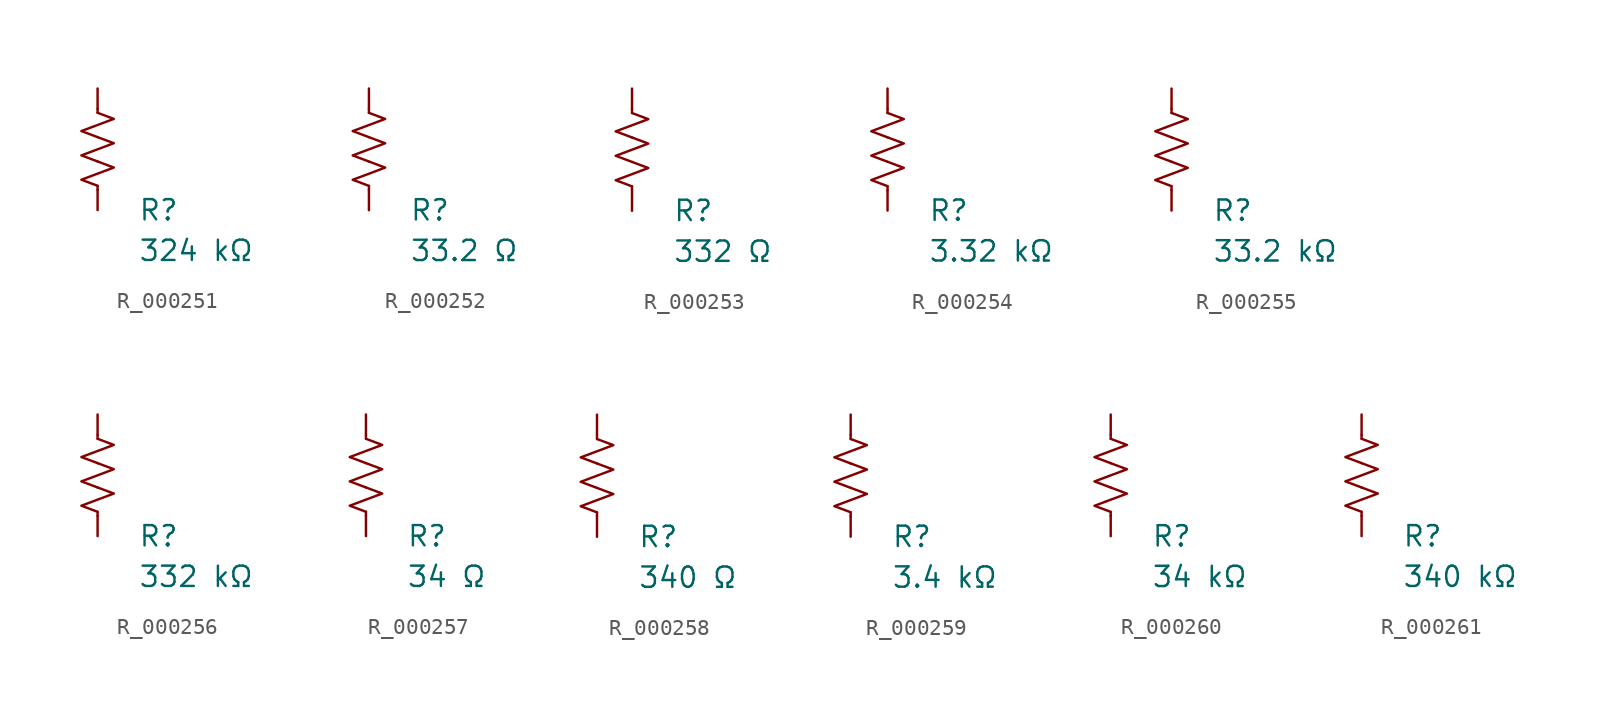
<source format=kicad_sym>
(kicad_symbol_lib
  (version 20231120)
  (generator "kicad_symbol_editor")
  (generator_version "8.0")
  (symbol "R_000251"
    (pin_numbers hide)
    (pin_names
      (offset 0))
    (property "Reference" "R"
      (at 2.54 -3.81 0)
      (effects (font (size 1.27 1.27)) (justify left))
      (show_name no))
    (property "Value" "324 kΩ"
      (at 2.54 -6.35 0)
      (effects (font (size 1.27 1.27)) (justify left))
      (show_name no))
    (symbol "R_000251_0_1"
      (polyline (pts (xy 0 -2.286) (xy 0 -2.54)) (stroke (width 0) (type default)) (fill (type none)))
      (polyline (pts (xy 0 2.286) (xy 0 2.54)) (stroke (width 0) (type default)) (fill (type none)))
      (polyline (pts (xy 0 -0.762) (xy 1.016 -1.143) (xy 0 -1.524) (xy -1.016 -1.905) (xy 0 -2.286)) (stroke (width 0) (type default)) (fill (type none)))
      (polyline (pts (xy 0 0.762) (xy 1.016 0.381) (xy 0 0) (xy -1.016 -0.381) (xy 0 -0.762)) (stroke (width 0) (type default)) (fill (type none)))
      (polyline (pts (xy 0 2.286) (xy 1.016 1.905) (xy 0 1.524) (xy -1.016 1.143) (xy 0 0.762)) (stroke (width 0) (type default)) (fill (type none))))
    (symbol "R_000251_1_1"
      (pin passive line (at 0 3.81 270) (length 1.27) (name "~" (effects (font (size 1.27 1.27)))) (number "1" (effects (font (size 1.27 1.27)))))
      (pin passive line (at 0 -3.81 90) (length 1.27) (name "~" (effects (font (size 1.27 1.27)))) (number "2" (effects (font (size 1.27 1.27)))))))
  (symbol "R_000252"
    (pin_numbers hide)
    (pin_names
      (offset 0))
    (property "Reference" "R"
      (at 2.54 -3.81 0)
      (effects (font (size 1.27 1.27)) (justify left))
      (show_name no))
    (property "Value" "33.2 Ω"
      (at 2.54 -6.35 0)
      (effects (font (size 1.27 1.27)) (justify left))
      (show_name no))
    (symbol "R_000252_0_1"
      (polyline (pts (xy 0 -2.286) (xy 0 -2.54)) (stroke (width 0) (type default)) (fill (type none)))
      (polyline (pts (xy 0 2.286) (xy 0 2.54)) (stroke (width 0) (type default)) (fill (type none)))
      (polyline (pts (xy 0 -0.762) (xy 1.016 -1.143) (xy 0 -1.524) (xy -1.016 -1.905) (xy 0 -2.286)) (stroke (width 0) (type default)) (fill (type none)))
      (polyline (pts (xy 0 0.762) (xy 1.016 0.381) (xy 0 0) (xy -1.016 -0.381) (xy 0 -0.762)) (stroke (width 0) (type default)) (fill (type none)))
      (polyline (pts (xy 0 2.286) (xy 1.016 1.905) (xy 0 1.524) (xy -1.016 1.143) (xy 0 0.762)) (stroke (width 0) (type default)) (fill (type none))))
    (symbol "R_000252_1_1"
      (pin passive line (at 0 3.81 270) (length 1.27) (name "~" (effects (font (size 1.27 1.27)))) (number "1" (effects (font (size 1.27 1.27)))))
      (pin passive line (at 0 -3.81 90) (length 1.27) (name "~" (effects (font (size 1.27 1.27)))) (number "2" (effects (font (size 1.27 1.27)))))))
  (symbol "R_000253"
    (pin_numbers hide)
    (pin_names
      (offset 0))
    (property "Reference" "R"
      (at 2.54 -3.81 0)
      (effects (font (size 1.27 1.27)) (justify left))
      (show_name no))
    (property "Value" "332 Ω"
      (at 2.54 -6.35 0)
      (effects (font (size 1.27 1.27)) (justify left))
      (show_name no))
    (symbol "R_000253_0_1"
      (polyline (pts (xy 0 -2.286) (xy 0 -2.54)) (stroke (width 0) (type default)) (fill (type none)))
      (polyline (pts (xy 0 2.286) (xy 0 2.54)) (stroke (width 0) (type default)) (fill (type none)))
      (polyline (pts (xy 0 -0.762) (xy 1.016 -1.143) (xy 0 -1.524) (xy -1.016 -1.905) (xy 0 -2.286)) (stroke (width 0) (type default)) (fill (type none)))
      (polyline (pts (xy 0 0.762) (xy 1.016 0.381) (xy 0 0) (xy -1.016 -0.381) (xy 0 -0.762)) (stroke (width 0) (type default)) (fill (type none)))
      (polyline (pts (xy 0 2.286) (xy 1.016 1.905) (xy 0 1.524) (xy -1.016 1.143) (xy 0 0.762)) (stroke (width 0) (type default)) (fill (type none))))
    (symbol "R_000253_1_1"
      (pin passive line (at 0 3.81 270) (length 1.27) (name "~" (effects (font (size 1.27 1.27)))) (number "1" (effects (font (size 1.27 1.27)))))
      (pin passive line (at 0 -3.81 90) (length 1.27) (name "~" (effects (font (size 1.27 1.27)))) (number "2" (effects (font (size 1.27 1.27)))))))
  (symbol "R_000254"
    (pin_numbers hide)
    (pin_names
      (offset 0))
    (property "Reference" "R"
      (at 2.54 -3.81 0)
      (effects (font (size 1.27 1.27)) (justify left))
      (show_name no))
    (property "Value" "3.32 kΩ"
      (at 2.54 -6.35 0)
      (effects (font (size 1.27 1.27)) (justify left))
      (show_name no))
    (symbol "R_000254_0_1"
      (polyline (pts (xy 0 -2.286) (xy 0 -2.54)) (stroke (width 0) (type default)) (fill (type none)))
      (polyline (pts (xy 0 2.286) (xy 0 2.54)) (stroke (width 0) (type default)) (fill (type none)))
      (polyline (pts (xy 0 -0.762) (xy 1.016 -1.143) (xy 0 -1.524) (xy -1.016 -1.905) (xy 0 -2.286)) (stroke (width 0) (type default)) (fill (type none)))
      (polyline (pts (xy 0 0.762) (xy 1.016 0.381) (xy 0 0) (xy -1.016 -0.381) (xy 0 -0.762)) (stroke (width 0) (type default)) (fill (type none)))
      (polyline (pts (xy 0 2.286) (xy 1.016 1.905) (xy 0 1.524) (xy -1.016 1.143) (xy 0 0.762)) (stroke (width 0) (type default)) (fill (type none))))
    (symbol "R_000254_1_1"
      (pin passive line (at 0 3.81 270) (length 1.27) (name "~" (effects (font (size 1.27 1.27)))) (number "1" (effects (font (size 1.27 1.27)))))
      (pin passive line (at 0 -3.81 90) (length 1.27) (name "~" (effects (font (size 1.27 1.27)))) (number "2" (effects (font (size 1.27 1.27)))))))
  (symbol "R_000255"
    (pin_numbers hide)
    (pin_names
      (offset 0))
    (property "Reference" "R"
      (at 2.54 -3.81 0)
      (effects (font (size 1.27 1.27)) (justify left))
      (show_name no))
    (property "Value" "33.2 kΩ"
      (at 2.54 -6.35 0)
      (effects (font (size 1.27 1.27)) (justify left))
      (show_name no))
    (symbol "R_000255_0_1"
      (polyline (pts (xy 0 -2.286) (xy 0 -2.54)) (stroke (width 0) (type default)) (fill (type none)))
      (polyline (pts (xy 0 2.286) (xy 0 2.54)) (stroke (width 0) (type default)) (fill (type none)))
      (polyline (pts (xy 0 -0.762) (xy 1.016 -1.143) (xy 0 -1.524) (xy -1.016 -1.905) (xy 0 -2.286)) (stroke (width 0) (type default)) (fill (type none)))
      (polyline (pts (xy 0 0.762) (xy 1.016 0.381) (xy 0 0) (xy -1.016 -0.381) (xy 0 -0.762)) (stroke (width 0) (type default)) (fill (type none)))
      (polyline (pts (xy 0 2.286) (xy 1.016 1.905) (xy 0 1.524) (xy -1.016 1.143) (xy 0 0.762)) (stroke (width 0) (type default)) (fill (type none))))
    (symbol "R_000255_1_1"
      (pin passive line (at 0 3.81 270) (length 1.27) (name "~" (effects (font (size 1.27 1.27)))) (number "1" (effects (font (size 1.27 1.27)))))
      (pin passive line (at 0 -3.81 90) (length 1.27) (name "~" (effects (font (size 1.27 1.27)))) (number "2" (effects (font (size 1.27 1.27)))))))
  (symbol "R_000256"
    (pin_numbers hide)
    (pin_names
      (offset 0))
    (property "Reference" "R"
      (at 2.54 -3.81 0)
      (effects (font (size 1.27 1.27)) (justify left))
      (show_name no))
    (property "Value" "332 kΩ"
      (at 2.54 -6.35 0)
      (effects (font (size 1.27 1.27)) (justify left))
      (show_name no))
    (symbol "R_000256_0_1"
      (polyline (pts (xy 0 -2.286) (xy 0 -2.54)) (stroke (width 0) (type default)) (fill (type none)))
      (polyline (pts (xy 0 2.286) (xy 0 2.54)) (stroke (width 0) (type default)) (fill (type none)))
      (polyline (pts (xy 0 -0.762) (xy 1.016 -1.143) (xy 0 -1.524) (xy -1.016 -1.905) (xy 0 -2.286)) (stroke (width 0) (type default)) (fill (type none)))
      (polyline (pts (xy 0 0.762) (xy 1.016 0.381) (xy 0 0) (xy -1.016 -0.381) (xy 0 -0.762)) (stroke (width 0) (type default)) (fill (type none)))
      (polyline (pts (xy 0 2.286) (xy 1.016 1.905) (xy 0 1.524) (xy -1.016 1.143) (xy 0 0.762)) (stroke (width 0) (type default)) (fill (type none))))
    (symbol "R_000256_1_1"
      (pin passive line (at 0 3.81 270) (length 1.27) (name "~" (effects (font (size 1.27 1.27)))) (number "1" (effects (font (size 1.27 1.27)))))
      (pin passive line (at 0 -3.81 90) (length 1.27) (name "~" (effects (font (size 1.27 1.27)))) (number "2" (effects (font (size 1.27 1.27)))))))
  (symbol "R_000257"
    (pin_numbers hide)
    (pin_names
      (offset 0))
    (property "Reference" "R"
      (at 2.54 -3.81 0)
      (effects (font (size 1.27 1.27)) (justify left))
      (show_name no))
    (property "Value" "34 Ω"
      (at 2.54 -6.35 0)
      (effects (font (size 1.27 1.27)) (justify left))
      (show_name no))
    (symbol "R_000257_0_1"
      (polyline (pts (xy 0 -2.286) (xy 0 -2.54)) (stroke (width 0) (type default)) (fill (type none)))
      (polyline (pts (xy 0 2.286) (xy 0 2.54)) (stroke (width 0) (type default)) (fill (type none)))
      (polyline (pts (xy 0 -0.762) (xy 1.016 -1.143) (xy 0 -1.524) (xy -1.016 -1.905) (xy 0 -2.286)) (stroke (width 0) (type default)) (fill (type none)))
      (polyline (pts (xy 0 0.762) (xy 1.016 0.381) (xy 0 0) (xy -1.016 -0.381) (xy 0 -0.762)) (stroke (width 0) (type default)) (fill (type none)))
      (polyline (pts (xy 0 2.286) (xy 1.016 1.905) (xy 0 1.524) (xy -1.016 1.143) (xy 0 0.762)) (stroke (width 0) (type default)) (fill (type none))))
    (symbol "R_000257_1_1"
      (pin passive line (at 0 3.81 270) (length 1.27) (name "~" (effects (font (size 1.27 1.27)))) (number "1" (effects (font (size 1.27 1.27)))))
      (pin passive line (at 0 -3.81 90) (length 1.27) (name "~" (effects (font (size 1.27 1.27)))) (number "2" (effects (font (size 1.27 1.27)))))))
  (symbol "R_000258"
    (pin_numbers hide)
    (pin_names
      (offset 0))
    (property "Reference" "R"
      (at 2.54 -3.81 0)
      (effects (font (size 1.27 1.27)) (justify left))
      (show_name no))
    (property "Value" "340 Ω"
      (at 2.54 -6.35 0)
      (effects (font (size 1.27 1.27)) (justify left))
      (show_name no))
    (symbol "R_000258_0_1"
      (polyline (pts (xy 0 -2.286) (xy 0 -2.54)) (stroke (width 0) (type default)) (fill (type none)))
      (polyline (pts (xy 0 2.286) (xy 0 2.54)) (stroke (width 0) (type default)) (fill (type none)))
      (polyline (pts (xy 0 -0.762) (xy 1.016 -1.143) (xy 0 -1.524) (xy -1.016 -1.905) (xy 0 -2.286)) (stroke (width 0) (type default)) (fill (type none)))
      (polyline (pts (xy 0 0.762) (xy 1.016 0.381) (xy 0 0) (xy -1.016 -0.381) (xy 0 -0.762)) (stroke (width 0) (type default)) (fill (type none)))
      (polyline (pts (xy 0 2.286) (xy 1.016 1.905) (xy 0 1.524) (xy -1.016 1.143) (xy 0 0.762)) (stroke (width 0) (type default)) (fill (type none))))
    (symbol "R_000258_1_1"
      (pin passive line (at 0 3.81 270) (length 1.27) (name "~" (effects (font (size 1.27 1.27)))) (number "1" (effects (font (size 1.27 1.27)))))
      (pin passive line (at 0 -3.81 90) (length 1.27) (name "~" (effects (font (size 1.27 1.27)))) (number "2" (effects (font (size 1.27 1.27)))))))
  (symbol "R_000259"
    (pin_numbers hide)
    (pin_names
      (offset 0))
    (property "Reference" "R"
      (at 2.54 -3.81 0)
      (effects (font (size 1.27 1.27)) (justify left))
      (show_name no))
    (property "Value" "3.4 kΩ"
      (at 2.54 -6.35 0)
      (effects (font (size 1.27 1.27)) (justify left))
      (show_name no))
    (symbol "R_000259_0_1"
      (polyline (pts (xy 0 -2.286) (xy 0 -2.54)) (stroke (width 0) (type default)) (fill (type none)))
      (polyline (pts (xy 0 2.286) (xy 0 2.54)) (stroke (width 0) (type default)) (fill (type none)))
      (polyline (pts (xy 0 -0.762) (xy 1.016 -1.143) (xy 0 -1.524) (xy -1.016 -1.905) (xy 0 -2.286)) (stroke (width 0) (type default)) (fill (type none)))
      (polyline (pts (xy 0 0.762) (xy 1.016 0.381) (xy 0 0) (xy -1.016 -0.381) (xy 0 -0.762)) (stroke (width 0) (type default)) (fill (type none)))
      (polyline (pts (xy 0 2.286) (xy 1.016 1.905) (xy 0 1.524) (xy -1.016 1.143) (xy 0 0.762)) (stroke (width 0) (type default)) (fill (type none))))
    (symbol "R_000259_1_1"
      (pin passive line (at 0 3.81 270) (length 1.27) (name "~" (effects (font (size 1.27 1.27)))) (number "1" (effects (font (size 1.27 1.27)))))
      (pin passive line (at 0 -3.81 90) (length 1.27) (name "~" (effects (font (size 1.27 1.27)))) (number "2" (effects (font (size 1.27 1.27)))))))
  (symbol "R_000260"
    (pin_numbers hide)
    (pin_names
      (offset 0))
    (property "Reference" "R"
      (at 2.54 -3.81 0)
      (effects (font (size 1.27 1.27)) (justify left))
      (show_name no))
    (property "Value" "34 kΩ"
      (at 2.54 -6.35 0)
      (effects (font (size 1.27 1.27)) (justify left))
      (show_name no))
    (symbol "R_000260_0_1"
      (polyline (pts (xy 0 -2.286) (xy 0 -2.54)) (stroke (width 0) (type default)) (fill (type none)))
      (polyline (pts (xy 0 2.286) (xy 0 2.54)) (stroke (width 0) (type default)) (fill (type none)))
      (polyline (pts (xy 0 -0.762) (xy 1.016 -1.143) (xy 0 -1.524) (xy -1.016 -1.905) (xy 0 -2.286)) (stroke (width 0) (type default)) (fill (type none)))
      (polyline (pts (xy 0 0.762) (xy 1.016 0.381) (xy 0 0) (xy -1.016 -0.381) (xy 0 -0.762)) (stroke (width 0) (type default)) (fill (type none)))
      (polyline (pts (xy 0 2.286) (xy 1.016 1.905) (xy 0 1.524) (xy -1.016 1.143) (xy 0 0.762)) (stroke (width 0) (type default)) (fill (type none))))
    (symbol "R_000260_1_1"
      (pin passive line (at 0 3.81 270) (length 1.27) (name "~" (effects (font (size 1.27 1.27)))) (number "1" (effects (font (size 1.27 1.27)))))
      (pin passive line (at 0 -3.81 90) (length 1.27) (name "~" (effects (font (size 1.27 1.27)))) (number "2" (effects (font (size 1.27 1.27)))))))
  (symbol "R_000261"
    (pin_numbers hide)
    (pin_names
      (offset 0))
    (property "Reference" "R"
      (at 2.54 -3.81 0)
      (effects (font (size 1.27 1.27)) (justify left))
      (show_name no))
    (property "Value" "340 kΩ"
      (at 2.54 -6.35 0)
      (effects (font (size 1.27 1.27)) (justify left))
      (show_name no))
    (symbol "R_000261_0_1"
      (polyline (pts (xy 0 -2.286) (xy 0 -2.54)) (stroke (width 0) (type default)) (fill (type none)))
      (polyline (pts (xy 0 2.286) (xy 0 2.54)) (stroke (width 0) (type default)) (fill (type none)))
      (polyline (pts (xy 0 -0.762) (xy 1.016 -1.143) (xy 0 -1.524) (xy -1.016 -1.905) (xy 0 -2.286)) (stroke (width 0) (type default)) (fill (type none)))
      (polyline (pts (xy 0 0.762) (xy 1.016 0.381) (xy 0 0) (xy -1.016 -0.381) (xy 0 -0.762)) (stroke (width 0) (type default)) (fill (type none)))
      (polyline (pts (xy 0 2.286) (xy 1.016 1.905) (xy 0 1.524) (xy -1.016 1.143) (xy 0 0.762)) (stroke (width 0) (type default)) (fill (type none))))
    (symbol "R_000261_1_1"
      (pin passive line (at 0 3.81 270) (length 1.27) (name "~" (effects (font (size 1.27 1.27)))) (number "1" (effects (font (size 1.27 1.27)))))
      (pin passive line (at 0 -3.81 90) (length 1.27) (name "~" (effects (font (size 1.27 1.27)))) (number "2" (effects (font (size 1.27 1.27))))))))
</source>
